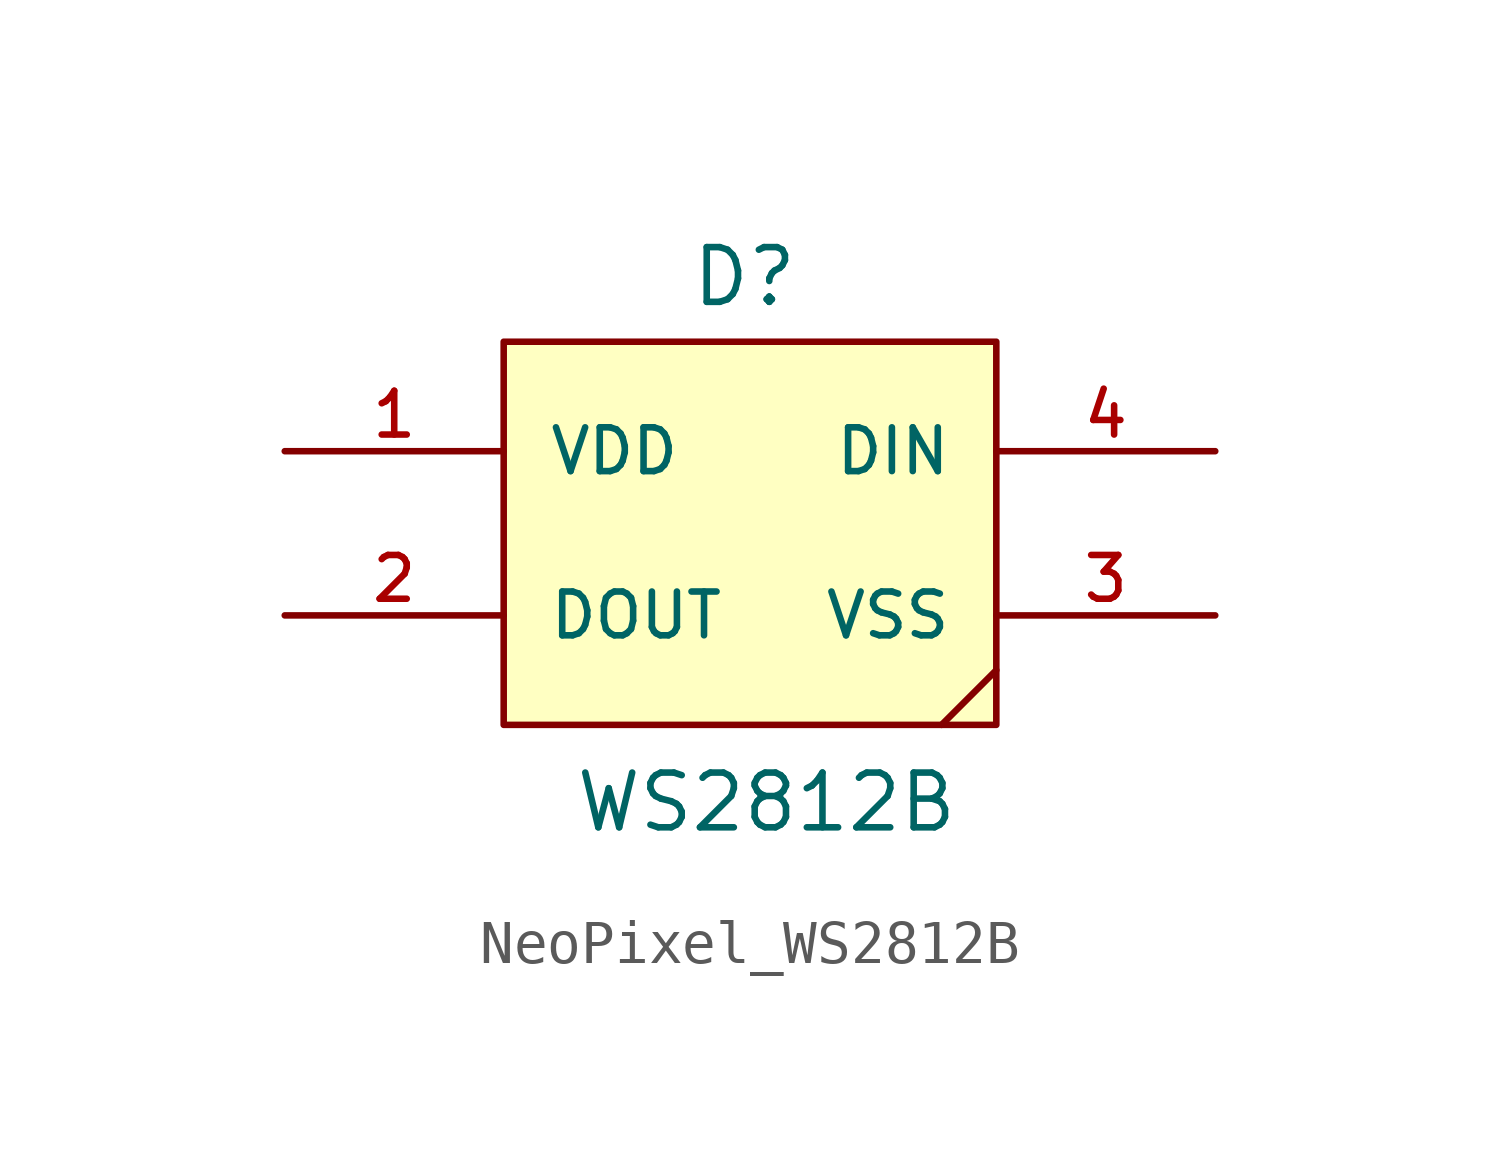
<source format=kicad_sym>
(kicad_symbol_lib
  (version 20241209)
  (generator "kicad_symbol_editor")
  (generator_version "9.0")
  (symbol "NeoPixel_WS2812B"
    (pin_names
      (offset 1.016))
    (property "Reference" "D"
      (at -0.762 8.382 0)
      (effects (font (size 1.27 1.27)) (justify bottom)))
    (property "Value" "WS2812B"
      (at -0.254 -3.81 0)
      (effects (font (size 1.27 1.27)) (justify bottom)))
    (symbol "NeoPixel_WS2812B_0_1"
      (polyline (pts (xy 5.08 0) (xy 3.81 -1.27)) (stroke (width 0) (type default)) (fill (type none))))
    (symbol "NeoPixel_WS2812B_1_0"
      (rectangle (start -6.35 7.62) (end 5.08 -1.27) (stroke (width 0) (type default)) (fill (type background)))
      (pin power_in line (at -11.43 5.08 0) (length 5.08) (name "VDD" (effects (font (size 1.016 1.016)))) (number "1" (effects (font (size 1.016 1.016)))))
      (pin output line (at -11.43 1.27 0) (length 5.08) (name "DOUT" (effects (font (size 1.016 1.016)))) (number "2" (effects (font (size 1.016 1.016)))))
      (pin input line (at 10.16 5.08 180) (length 5.08) (name "DIN" (effects (font (size 1.016 1.016)))) (number "4" (effects (font (size 1.016 1.016)))))
      (pin power_in line (at 10.16 1.27 180) (length 5.08) (name "VSS" (effects (font (size 1.016 1.016)))) (number "3" (effects (font (size 1.016 1.016))))))))
</source>
